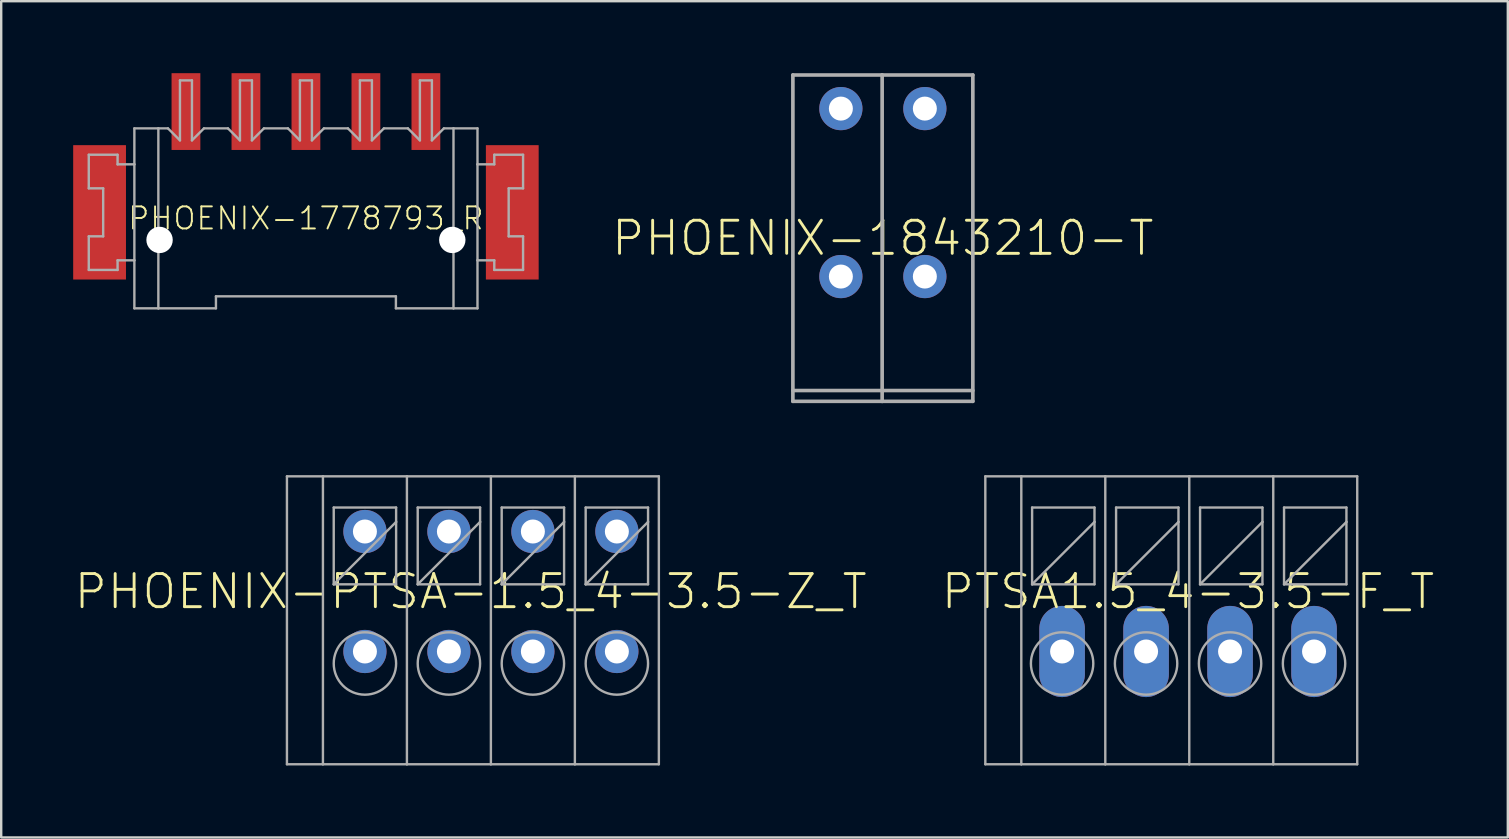
<source format=kicad_pcb>
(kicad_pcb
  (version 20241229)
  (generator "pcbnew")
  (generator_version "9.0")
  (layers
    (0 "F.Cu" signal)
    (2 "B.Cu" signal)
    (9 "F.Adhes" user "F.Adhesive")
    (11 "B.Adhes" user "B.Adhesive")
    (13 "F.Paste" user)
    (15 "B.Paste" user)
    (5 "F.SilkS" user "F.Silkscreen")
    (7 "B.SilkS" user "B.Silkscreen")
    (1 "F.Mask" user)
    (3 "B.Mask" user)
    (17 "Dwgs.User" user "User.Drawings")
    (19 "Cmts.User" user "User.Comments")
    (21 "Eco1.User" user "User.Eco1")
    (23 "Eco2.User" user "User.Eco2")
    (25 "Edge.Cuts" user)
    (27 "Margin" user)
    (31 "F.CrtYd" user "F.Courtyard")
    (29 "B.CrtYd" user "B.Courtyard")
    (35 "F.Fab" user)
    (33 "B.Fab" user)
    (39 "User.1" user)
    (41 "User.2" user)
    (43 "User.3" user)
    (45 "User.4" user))
  (footprint "PHOENIX-1778793_R"
    (layer "F.Cu")
    (at 9.7 6.05)
    (property "Reference" "PHOENIX-1778793_R" (at 0 0 0) (unlocked yes) (layer "F.SilkS") (effects (font (size 0.92 0.92) (thickness 0.08))))
    (fp_poly (pts (xy -7.5 2.55) (xy -9.7 2.55) (xy -9.7 -3.05) (xy -7.5 -3.05)) (stroke (width 0) (type default)) (fill yes) (layer "F.Paste"))
    (fp_poly (pts (xy -4.4 -2.85) (xy -5.6 -2.85) (xy -5.6 -6.05) (xy -4.4 -6.05)) (stroke (width 0) (type default)) (fill yes) (layer "F.Paste"))
    (fp_poly (pts (xy -1.9 -2.85) (xy -3.1 -2.85) (xy -3.1 -6.05) (xy -1.9 -6.05)) (stroke (width 0) (type default)) (fill yes) (layer "F.Paste"))
    (fp_poly (pts (xy 0.6 -2.85) (xy -0.6 -2.85) (xy -0.6 -6.05) (xy 0.6 -6.05)) (stroke (width 0) (type default)) (fill yes) (layer "F.Paste"))
    (fp_poly (pts (xy 3.1 -2.85) (xy 1.9 -2.85) (xy 1.9 -6.05) (xy 3.1 -6.05)) (stroke (width 0) (type default)) (fill yes) (layer "F.Paste"))
    (fp_poly (pts (xy 5.6 -2.85) (xy 4.4 -2.85) (xy 4.4 -6.05) (xy 5.6 -6.05)) (stroke (width 0) (type default)) (fill yes) (layer "F.Paste"))
    (fp_poly (pts (xy 9.7 2.55) (xy 7.5 2.55) (xy 7.5 -3.05) (xy 9.7 -3.05)) (stroke (width 0) (type default)) (fill yes) (layer "F.Paste"))
    (fp_line (start -9.05 -2.65) (end -9.05 -1.25) (stroke (width 0.1) (type solid)) (layer "F.Fab"))
    (fp_line (start -9.05 -1.25) (end -8.45 -1.25) (stroke (width 0.1) (type solid)) (layer "F.Fab"))
    (fp_line (start -9.05 0.75) (end -9.05 2.15) (stroke (width 0.1) (type solid)) (layer "F.Fab"))
    (fp_line (start -8.45 -1.25) (end -8.45 0.75) (stroke (width 0.1) (type solid)) (layer "F.Fab"))
    (fp_line (start -8.45 0.75) (end -9.05 0.75) (stroke (width 0.1) (type solid)) (layer "F.Fab"))
    (fp_line (start -7.85 -2.65) (end -9.05 -2.65) (stroke (width 0.1) (type solid)) (layer "F.Fab"))
    (fp_line (start -7.85 -2.25) (end -7.85 -2.65) (stroke (width 0.1) (type solid)) (layer "F.Fab"))
    (fp_line (start -7.85 -2.25) (end -7.15 -2.25) (stroke (width 0.1) (type solid)) (layer "F.Fab"))
    (fp_line (start -7.85 1.75) (end -7.85 2.15) (stroke (width 0.1) (type solid)) (layer "F.Fab"))
    (fp_line (start -7.85 1.75) (end -7.15 1.75) (stroke (width 0.1) (type solid)) (layer "F.Fab"))
    (fp_line (start -7.85 2.15) (end -9.05 2.15) (stroke (width 0.1) (type solid)) (layer "F.Fab"))
    (fp_line (start -7.15 -3.75) (end -7.15 -2.25) (stroke (width 0.1) (type solid)) (layer "F.Fab"))
    (fp_line (start -7.15 -3.75) (end -6.15 -3.75) (stroke (width 0.1) (type solid)) (layer "F.Fab"))
    (fp_line (start -7.15 -2.25) (end -7.15 1.75) (stroke (width 0.1) (type solid)) (layer "F.Fab"))
    (fp_line (start -7.15 1.75) (end -7.15 3.75) (stroke (width 0.1) (type solid)) (layer "F.Fab"))
    (fp_line (start -7.15 3.75) (end -6.15 3.75) (stroke (width 0.1) (type solid)) (layer "F.Fab"))
    (fp_line (start -6.15 -3.75) (end -6.15 3.75) (stroke (width 0.1) (type solid)) (layer "F.Fab"))
    (fp_line (start -6.15 -3.75) (end -5.75 -3.75) (stroke (width 0.1) (type solid)) (layer "F.Fab"))
    (fp_line (start -6.15 3.75) (end -3.75 3.75) (stroke (width 0.1) (type solid)) (layer "F.Fab"))
    (fp_line (start -5.25 -5.75) (end -4.75 -5.75) (stroke (width 0.1) (type solid)) (layer "F.Fab"))
    (fp_line (start -5.25 -3.25) (end -5.75 -3.75) (stroke (width 0.1) (type solid)) (layer "F.Fab"))
    (fp_line (start -5.25 -3.25) (end -5.25 -5.75) (stroke (width 0.1) (type solid)) (layer "F.Fab"))
    (fp_line (start -4.75 -5.75) (end -4.75 -3.25) (stroke (width 0.1) (type solid)) (layer "F.Fab"))
    (fp_line (start -4.75 -3.25) (end -4.25 -3.75) (stroke (width 0.1) (type solid)) (layer "F.Fab"))
    (fp_line (start -4.25 -3.75) (end -3.25 -3.75) (stroke (width 0.1) (type solid)) (layer "F.Fab"))
    (fp_line (start -3.75 3.25) (end -3.75 3.75) (stroke (width 0.1) (type solid)) (layer "F.Fab"))
    (fp_line (start -3.75 3.25) (end 3.75 3.25) (stroke (width 0.1) (type solid)) (layer "F.Fab"))
    (fp_line (start -2.75 -5.75) (end -2.25 -5.75) (stroke (width 0.1) (type solid)) (layer "F.Fab"))
    (fp_line (start -2.75 -3.25) (end -3.25 -3.75) (stroke (width 0.1) (type solid)) (layer "F.Fab"))
    (fp_line (start -2.75 -3.25) (end -2.75 -5.75) (stroke (width 0.1) (type solid)) (layer "F.Fab"))
    (fp_line (start -2.25 -5.75) (end -2.25 -3.25) (stroke (width 0.1) (type solid)) (layer "F.Fab"))
    (fp_line (start -2.25 -3.25) (end -1.75 -3.75) (stroke (width 0.1) (type solid)) (layer "F.Fab"))
    (fp_line (start -1.75 -3.75) (end -0.75 -3.75) (stroke (width 0.1) (type solid)) (layer "F.Fab"))
    (fp_line (start -0.25 -5.75) (end 0.25 -5.75) (stroke (width 0.1) (type solid)) (layer "F.Fab"))
    (fp_line (start -0.25 -3.25) (end -0.75 -3.75) (stroke (width 0.1) (type solid)) (layer "F.Fab"))
    (fp_line (start -0.25 -3.25) (end -0.25 -5.75) (stroke (width 0.1) (type solid)) (layer "F.Fab"))
    (fp_line (start 0.25 -5.75) (end 0.25 -3.25) (stroke (width 0.1) (type solid)) (layer "F.Fab"))
    (fp_line (start 0.25 -3.25) (end 0.75 -3.75) (stroke (width 0.1) (type solid)) (layer "F.Fab"))
    (fp_line (start 0.75 -3.75) (end 1.75 -3.75) (stroke (width 0.1) (type solid)) (layer "F.Fab"))
    (fp_line (start 2.25 -5.75) (end 2.75 -5.75) (stroke (width 0.1) (type solid)) (layer "F.Fab"))
    (fp_line (start 2.25 -3.25) (end 1.75 -3.75) (stroke (width 0.1) (type solid)) (layer "F.Fab"))
    (fp_line (start 2.25 -3.25) (end 2.25 -5.75) (stroke (width 0.1) (type solid)) (layer "F.Fab"))
    (fp_line (start 2.75 -5.75) (end 2.75 -3.25) (stroke (width 0.1) (type solid)) (layer "F.Fab"))
    (fp_line (start 2.75 -3.25) (end 3.25 -3.75) (stroke (width 0.1) (type solid)) (layer "F.Fab"))
    (fp_line (start 3.25 -3.75) (end 4.25 -3.75) (stroke (width 0.1) (type solid)) (layer "F.Fab"))
    (fp_line (start 3.75 3.25) (end 3.75 3.75) (stroke (width 0.1) (type solid)) (layer "F.Fab"))
    (fp_line (start 3.75 3.75) (end 6.15 3.75) (stroke (width 0.1) (type solid)) (layer "F.Fab"))
    (fp_line (start 4.75 -5.75) (end 5.25 -5.75) (stroke (width 0.1) (type solid)) (layer "F.Fab"))
    (fp_line (start 4.75 -3.25) (end 4.25 -3.75) (stroke (width 0.1) (type solid)) (layer "F.Fab"))
    (fp_line (start 4.75 -3.25) (end 4.75 -5.75) (stroke (width 0.1) (type solid)) (layer "F.Fab"))
    (fp_line (start 5.25 -5.75) (end 5.25 -3.25) (stroke (width 0.1) (type solid)) (layer "F.Fab"))
    (fp_line (start 5.25 -3.25) (end 5.75 -3.75) (stroke (width 0.1) (type solid)) (layer "F.Fab"))
    (fp_line (start 5.75 -3.75) (end 6.15 -3.75) (stroke (width 0.1) (type solid)) (layer "F.Fab"))
    (fp_line (start 6.15 -3.75) (end 6.15 3.75) (stroke (width 0.1) (type solid)) (layer "F.Fab"))
    (fp_line (start 6.15 -3.75) (end 7.15 -3.75) (stroke (width 0.1) (type solid)) (layer "F.Fab"))
    (fp_line (start 6.15 3.75) (end 7.15 3.75) (stroke (width 0.1) (type solid)) (layer "F.Fab"))
    (fp_line (start 7.15 -3.75) (end 7.15 -2.25) (stroke (width 0.1) (type solid)) (layer "F.Fab"))
    (fp_line (start 7.15 -2.25) (end 7.15 1.75) (stroke (width 0.1) (type solid)) (layer "F.Fab"))
    (fp_line (start 7.15 -2.25) (end 7.85 -2.25) (stroke (width 0.1) (type solid)) (layer "F.Fab"))
    (fp_line (start 7.15 1.75) (end 7.15 3.75) (stroke (width 0.1) (type solid)) (layer "F.Fab"))
    (fp_line (start 7.15 1.75) (end 7.85 1.75) (stroke (width 0.1) (type solid)) (layer "F.Fab"))
    (fp_line (start 7.85 -2.65) (end 9.05 -2.65) (stroke (width 0.1) (type solid)) (layer "F.Fab"))
    (fp_line (start 7.85 -2.25) (end 7.85 -2.65) (stroke (width 0.1) (type solid)) (layer "F.Fab"))
    (fp_line (start 7.85 1.75) (end 7.85 2.15) (stroke (width 0.1) (type solid)) (layer "F.Fab"))
    (fp_line (start 7.85 2.15) (end 9.05 2.15) (stroke (width 0.1) (type solid)) (layer "F.Fab"))
    (fp_line (start 8.45 -1.25) (end 9.05 -1.25) (stroke (width 0.1) (type solid)) (layer "F.Fab"))
    (fp_line (start 8.45 0.75) (end 8.45 -1.25) (stroke (width 0.1) (type solid)) (layer "F.Fab"))
    (fp_line (start 9.05 -1.25) (end 9.05 -2.65) (stroke (width 0.1) (type solid)) (layer "F.Fab"))
    (fp_line (start 9.05 0.75) (end 8.45 0.75) (stroke (width 0.1) (type solid)) (layer "F.Fab"))
    (fp_line (start 9.05 2.15) (end 9.05 0.75) (stroke (width 0.1) (type solid)) (layer "F.Fab"))
    (pad "" np_thru_hole circle (at -6.1 0.9) (size 1.1 1.1) (drill 1.1) (layers "*.Cu" "*.Mask"))
    (pad "" np_thru_hole circle (at 6.1 0.9) (size 1.1 1.1) (drill 1.1) (layers "*.Cu" "*.Mask"))
    (pad "1" smd rect (at -5 -4.45 90) (size 3.2 1.2) (layers "F.Cu" "F.Mask"))
    (pad "2" smd rect (at -2.5 -4.45 90) (size 3.2 1.2) (layers "F.Cu" "F.Mask"))
    (pad "3" smd rect (at 0 -4.45 90) (size 3.2 1.2) (layers "F.Cu" "F.Mask"))
    (pad "4" smd rect (at 2.5 -4.45 90) (size 3.2 1.2) (layers "F.Cu" "F.Mask"))
    (pad "5" smd rect (at 5 -4.45 90) (size 3.2 1.2) (layers "F.Cu" "F.Mask"))
    (pad "P1" smd rect (at -8.6 -0.25 90) (size 5.6 2.2) (layers "F.Cu" "F.Mask"))
    (pad "P2" smd rect (at 8.6 -0.25 90) (size 5.6 2.2) (layers "F.Cu" "F.Mask")))
  (footprint "PTSA1.5_4-3.5-F_T"
    (layer "F.Cu")
    (at 46.465 21.602)
    (property "Reference" "PTSA1.5_4-3.5-F_T" (at 0 0 0) (unlocked yes) (layer "F.SilkS") (effects (font (size 1.38 1.38) (thickness 0.12))))
    (fp_line (start -8.45 -4.8) (end -8.45 7.2) (stroke (width 0.1) (type solid)) (layer "F.Fab"))
    (fp_line (start -8.45 -4.8) (end -6.95 -4.8) (stroke (width 0.1) (type solid)) (layer "F.Fab"))
    (fp_line (start -8.45 7.2) (end -6.95 7.2) (stroke (width 0.1) (type solid)) (layer "F.Fab"))
    (fp_line (start -6.95 -4.8) (end -6.95 7.2) (stroke (width 0.1) (type solid)) (layer "F.Fab"))
    (fp_line (start -6.95 -4.8) (end -3.45 -4.8) (stroke (width 0.1) (type solid)) (layer "F.Fab"))
    (fp_line (start -6.95 7.2) (end -3.45 7.2) (stroke (width 0.1) (type solid)) (layer "F.Fab"))
    (fp_line (start -6.5 -3.5) (end -6.5 -0.3) (stroke (width 0.1) (type solid)) (layer "F.Fab"))
    (fp_line (start -6.5 -0.3) (end -3.9 -2.9) (stroke (width 0.1) (type solid)) (layer "F.Fab"))
    (fp_line (start -6.5 -0.3) (end -3.9 -0.3) (stroke (width 0.1) (type solid)) (layer "F.Fab"))
    (fp_line (start -3.9 -3.5) (end -6.5 -3.5) (stroke (width 0.1) (type solid)) (layer "F.Fab"))
    (fp_line (start -3.9 -2.9) (end -3.9 -3.5) (stroke (width 0.1) (type solid)) (layer "F.Fab"))
    (fp_line (start -3.9 -0.3) (end -3.9 -2.9) (stroke (width 0.1) (type solid)) (layer "F.Fab"))
    (fp_line (start -3.45 -4.8) (end -3.45 7.2) (stroke (width 0.1) (type solid)) (layer "F.Fab"))
    (fp_line (start -3.45 -4.8) (end 0.05 -4.8) (stroke (width 0.1) (type solid)) (layer "F.Fab"))
    (fp_line (start -3.45 7.2) (end 0.05 7.2) (stroke (width 0.1) (type solid)) (layer "F.Fab"))
    (fp_line (start -3 -3.5) (end -3 -0.3) (stroke (width 0.1) (type solid)) (layer "F.Fab"))
    (fp_line (start -3 -0.3) (end -0.4 -2.9) (stroke (width 0.1) (type solid)) (layer "F.Fab"))
    (fp_line (start -3 -0.3) (end -0.4 -0.3) (stroke (width 0.1) (type solid)) (layer "F.Fab"))
    (fp_line (start -0.4 -3.5) (end -3 -3.5) (stroke (width 0.1) (type solid)) (layer "F.Fab"))
    (fp_line (start -0.4 -2.9) (end -0.4 -3.5) (stroke (width 0.1) (type solid)) (layer "F.Fab"))
    (fp_line (start -0.4 -0.3) (end -0.4 -2.9) (stroke (width 0.1) (type solid)) (layer "F.Fab"))
    (fp_line (start 0.05 -4.8) (end 0.05 7.2) (stroke (width 0.1) (type solid)) (layer "F.Fab"))
    (fp_line (start 0.05 -4.8) (end 3.55 -4.8) (stroke (width 0.1) (type solid)) (layer "F.Fab"))
    (fp_line (start 0.05 7.2) (end 3.55 7.2) (stroke (width 0.1) (type solid)) (layer "F.Fab"))
    (fp_line (start 0.5 -3.5) (end 0.5 -0.3) (stroke (width 0.1) (type solid)) (layer "F.Fab"))
    (fp_line (start 0.5 -0.3) (end 3.1 -2.9) (stroke (width 0.1) (type solid)) (layer "F.Fab"))
    (fp_line (start 0.5 -0.3) (end 3.1 -0.3) (stroke (width 0.1) (type solid)) (layer "F.Fab"))
    (fp_line (start 3.1 -3.5) (end 0.5 -3.5) (stroke (width 0.1) (type solid)) (layer "F.Fab"))
    (fp_line (start 3.1 -2.9) (end 3.1 -3.5) (stroke (width 0.1) (type solid)) (layer "F.Fab"))
    (fp_line (start 3.1 -0.3) (end 3.1 -2.9) (stroke (width 0.1) (type solid)) (layer "F.Fab"))
    (fp_line (start 3.55 -4.8) (end 3.55 7.2) (stroke (width 0.1) (type solid)) (layer "F.Fab"))
    (fp_line (start 3.55 -4.8) (end 7.05 -4.8) (stroke (width 0.1) (type solid)) (layer "F.Fab"))
    (fp_line (start 3.55 7.2) (end 7.05 7.2) (stroke (width 0.1) (type solid)) (layer "F.Fab"))
    (fp_line (start 4 -3.5) (end 4 -0.3) (stroke (width 0.1) (type solid)) (layer "F.Fab"))
    (fp_line (start 4 -0.3) (end 6.6 -2.9) (stroke (width 0.1) (type solid)) (layer "F.Fab"))
    (fp_line (start 4 -0.3) (end 6.6 -0.3) (stroke (width 0.1) (type solid)) (layer "F.Fab"))
    (fp_line (start 6.6 -3.5) (end 4 -3.5) (stroke (width 0.1) (type solid)) (layer "F.Fab"))
    (fp_line (start 6.6 -2.9) (end 6.6 -3.5) (stroke (width 0.1) (type solid)) (layer "F.Fab"))
    (fp_line (start 6.6 -0.3) (end 6.6 -2.9) (stroke (width 0.1) (type solid)) (layer "F.Fab"))
    (fp_line (start 7.05 -4.8) (end 7.05 7.2) (stroke (width 0.1) (type solid)) (layer "F.Fab"))
    (fp_circle (center -5.25 3) (end -3.95 3) (stroke (width 0.1) (type solid)) (fill no) (layer "F.Fab"))
    (fp_circle (center -1.75 3) (end -0.45 3) (stroke (width 0.1) (type solid)) (fill no) (layer "F.Fab"))
    (fp_circle (center 1.75 3) (end 3.05 3) (stroke (width 0.1) (type solid)) (fill no) (layer "F.Fab"))
    (fp_circle (center 5.25 3) (end 6.55 3) (stroke (width 0.1) (type solid)) (fill no) (layer "F.Fab"))
    (pad "1" thru_hole oval (at -5.25 2.5 90) (size 3.8 1.9) (drill 1) (layers "*.Cu" "*.Mask"))
    (pad "2" thru_hole oval (at -1.75 2.5 90) (size 3.8 1.9) (drill 1) (layers "*.Cu" "*.Mask"))
    (pad "3" thru_hole oval (at 1.75 2.5 90) (size 3.8 1.9) (drill 1) (layers "*.Cu" "*.Mask"))
    (pad "4" thru_hole oval (at 5.25 2.5 90) (size 3.8 1.9) (drill 1) (layers "*.Cu" "*.Mask")))
  (footprint "PHOENIX-1843210-T"
    (layer "F.Cu")
    (at 33.745 6.876)
    (property "Reference" "PHOENIX-1843210-T" (at 0 0 0) (unlocked yes) (layer "F.SilkS") (effects (font (size 1.38 1.38) (thickness 0.12))))
    (fp_line (start -3.75 -6.8) (end -3.75 6.8) (stroke (width 0.152) (type solid)) (layer "F.Fab"))
    (fp_line (start -3.75 -6.8) (end -0.03 -6.8) (stroke (width 0.152) (type solid)) (layer "F.Fab"))
    (fp_line (start -3.75 6.35) (end 3.75 6.35) (stroke (width 0.152) (type solid)) (layer "F.Fab"))
    (fp_line (start -3.75 6.8) (end -0.03 6.8) (stroke (width 0.152) (type solid)) (layer "F.Fab"))
    (fp_line (start -0.03 -6.8) (end -0.03 6.8) (stroke (width 0.152) (type solid)) (layer "F.Fab"))
    (fp_line (start -0.03 -6.8) (end 3.75 -6.8) (stroke (width 0.152) (type solid)) (layer "F.Fab"))
    (fp_line (start -0.03 6.8) (end 3.75 6.8) (stroke (width 0.152) (type solid)) (layer "F.Fab"))
    (fp_line (start 3.75 -6.8) (end 3.75 6.8) (stroke (width 0.152) (type solid)) (layer "F.Fab"))
    (pad "1A" thru_hole circle (at -1.75 -5.4) (size 1.8 1.8) (drill 1) (layers "*.Cu" "*.Mask"))
    (pad "1B" thru_hole circle (at -1.75 1.6) (size 1.8 1.8) (drill 1) (layers "*.Cu" "*.Mask"))
    (pad "2A" thru_hole circle (at 1.75 -5.4) (size 1.8 1.8) (drill 1) (layers "*.Cu" "*.Mask"))
    (pad "2B" thru_hole circle (at 1.75 1.6) (size 1.8 1.8) (drill 1) (layers "*.Cu" "*.Mask")))
  (footprint "PHOENIX-PTSA-1.5_4-3.5-Z_T"
    (layer "F.Cu")
    (at 17.409 21.602)
    (property "Reference" "PHOENIX-PTSA-1.5_4-3.5-Z_T" (at -0.84 0 0) (unlocked yes) (layer "F.SilkS") (effects (font (size 1.38 1.38) (thickness 0.12))))
    (fp_line (start -8.5 -4.8) (end -8.5 7.2) (stroke (width 0.1) (type solid)) (layer "F.Fab"))
    (fp_line (start -8.5 -4.8) (end -7 -4.8) (stroke (width 0.1) (type solid)) (layer "F.Fab"))
    (fp_line (start -8.5 7.2) (end -7 7.2) (stroke (width 0.1) (type solid)) (layer "F.Fab"))
    (fp_line (start -7 -4.8) (end -7 7.2) (stroke (width 0.1) (type solid)) (layer "F.Fab"))
    (fp_line (start -7 -4.8) (end -3.5 -4.8) (stroke (width 0.1) (type solid)) (layer "F.Fab"))
    (fp_line (start -7 7.2) (end -3.5 7.2) (stroke (width 0.1) (type solid)) (layer "F.Fab"))
    (fp_line (start -6.55 -3.5) (end -6.55 -0.3) (stroke (width 0.1) (type solid)) (layer "F.Fab"))
    (fp_line (start -6.55 -0.3) (end -3.95 -2.9) (stroke (width 0.1) (type solid)) (layer "F.Fab"))
    (fp_line (start -6.55 -0.3) (end -3.95 -0.3) (stroke (width 0.1) (type solid)) (layer "F.Fab"))
    (fp_line (start -3.95 -3.5) (end -6.55 -3.5) (stroke (width 0.1) (type solid)) (layer "F.Fab"))
    (fp_line (start -3.95 -2.9) (end -3.95 -3.5) (stroke (width 0.1) (type solid)) (layer "F.Fab"))
    (fp_line (start -3.95 -0.3) (end -3.95 -2.9) (stroke (width 0.1) (type solid)) (layer "F.Fab"))
    (fp_line (start -3.5 -4.8) (end -3.5 7.2) (stroke (width 0.1) (type solid)) (layer "F.Fab"))
    (fp_line (start -3.5 -4.8) (end 0 -4.8) (stroke (width 0.1) (type solid)) (layer "F.Fab"))
    (fp_line (start -3.5 7.2) (end 0 7.2) (stroke (width 0.1) (type solid)) (layer "F.Fab"))
    (fp_line (start -3.05 -3.5) (end -3.05 -0.3) (stroke (width 0.1) (type solid)) (layer "F.Fab"))
    (fp_line (start -3.05 -0.3) (end -0.45 -2.9) (stroke (width 0.1) (type solid)) (layer "F.Fab"))
    (fp_line (start -3.05 -0.3) (end -0.45 -0.3) (stroke (width 0.1) (type solid)) (layer "F.Fab"))
    (fp_line (start -0.45 -3.5) (end -3.05 -3.5) (stroke (width 0.1) (type solid)) (layer "F.Fab"))
    (fp_line (start -0.45 -2.9) (end -0.45 -3.5) (stroke (width 0.1) (type solid)) (layer "F.Fab"))
    (fp_line (start -0.45 -0.3) (end -0.45 -2.9) (stroke (width 0.1) (type solid)) (layer "F.Fab"))
    (fp_line (start 0 -4.8) (end 0 7.2) (stroke (width 0.1) (type solid)) (layer "F.Fab"))
    (fp_line (start 0 -4.8) (end 3.5 -4.8) (stroke (width 0.1) (type solid)) (layer "F.Fab"))
    (fp_line (start 0 7.2) (end 3.5 7.2) (stroke (width 0.1) (type solid)) (layer "F.Fab"))
    (fp_line (start 0.45 -3.5) (end 0.45 -0.3) (stroke (width 0.1) (type solid)) (layer "F.Fab"))
    (fp_line (start 0.45 -0.3) (end 3.05 -2.9) (stroke (width 0.1) (type solid)) (layer "F.Fab"))
    (fp_line (start 0.45 -0.3) (end 3.05 -0.3) (stroke (width 0.1) (type solid)) (layer "F.Fab"))
    (fp_line (start 3.05 -3.5) (end 0.45 -3.5) (stroke (width 0.1) (type solid)) (layer "F.Fab"))
    (fp_line (start 3.05 -2.9) (end 3.05 -3.5) (stroke (width 0.1) (type solid)) (layer "F.Fab"))
    (fp_line (start 3.05 -0.3) (end 3.05 -2.9) (stroke (width 0.1) (type solid)) (layer "F.Fab"))
    (fp_line (start 3.5 -4.8) (end 3.5 7.2) (stroke (width 0.1) (type solid)) (layer "F.Fab"))
    (fp_line (start 3.5 -4.8) (end 7 -4.8) (stroke (width 0.1) (type solid)) (layer "F.Fab"))
    (fp_line (start 3.5 7.2) (end 7 7.2) (stroke (width 0.1) (type solid)) (layer "F.Fab"))
    (fp_line (start 3.95 -3.5) (end 3.95 -0.3) (stroke (width 0.1) (type solid)) (layer "F.Fab"))
    (fp_line (start 3.95 -0.3) (end 6.55 -2.9) (stroke (width 0.1) (type solid)) (layer "F.Fab"))
    (fp_line (start 3.95 -0.3) (end 6.55 -0.3) (stroke (width 0.1) (type solid)) (layer "F.Fab"))
    (fp_line (start 6.55 -3.5) (end 3.95 -3.5) (stroke (width 0.1) (type solid)) (layer "F.Fab"))
    (fp_line (start 6.55 -2.9) (end 6.55 -3.5) (stroke (width 0.1) (type solid)) (layer "F.Fab"))
    (fp_line (start 6.55 -0.3) (end 6.55 -2.9) (stroke (width 0.1) (type solid)) (layer "F.Fab"))
    (fp_line (start 7 -4.8) (end 7 7.2) (stroke (width 0.1) (type solid)) (layer "F.Fab"))
    (fp_circle (center -5.25 3) (end -3.95 3) (stroke (width 0.1) (type solid)) (fill no) (layer "F.Fab"))
    (fp_circle (center -1.75 3) (end -0.45 3) (stroke (width 0.1) (type solid)) (fill no) (layer "F.Fab"))
    (fp_circle (center 1.75 3) (end 3.05 3) (stroke (width 0.1) (type solid)) (fill no) (layer "F.Fab"))
    (fp_circle (center 5.25 3) (end 6.55 3) (stroke (width 0.1) (type solid)) (fill no) (layer "F.Fab"))
    (pad "1A" thru_hole circle (at -5.25 -2.5) (size 1.8 1.8) (drill 1) (layers "*.Cu" "*.Mask"))
    (pad "1B" thru_hole circle (at -5.25 2.5) (size 1.8 1.8) (drill 1) (layers "*.Cu" "*.Mask"))
    (pad "2A" thru_hole circle (at -1.75 -2.5) (size 1.8 1.8) (drill 1) (layers "*.Cu" "*.Mask"))
    (pad "2B" thru_hole circle (at -1.75 2.5) (size 1.8 1.8) (drill 1) (layers "*.Cu" "*.Mask"))
    (pad "3A" thru_hole circle (at 1.75 -2.5) (size 1.8 1.8) (drill 1) (layers "*.Cu" "*.Mask"))
    (pad "3B" thru_hole circle (at 1.75 2.5) (size 1.8 1.8) (drill 1) (layers "*.Cu" "*.Mask"))
    (pad "4A" thru_hole circle (at 5.25 -2.5) (size 1.8 1.8) (drill 1) (layers "*.Cu" "*.Mask"))
    (pad "4B" thru_hole circle (at 5.25 2.5) (size 1.8 1.8) (drill 1) (layers "*.Cu" "*.Mask")))
  (gr_rect
    (start -3 -3)
    (end 59.791 31.852)
    (stroke (width 0.1) (type default))
    (fill no)
    (layer "Edge.Cuts")))
</source>
